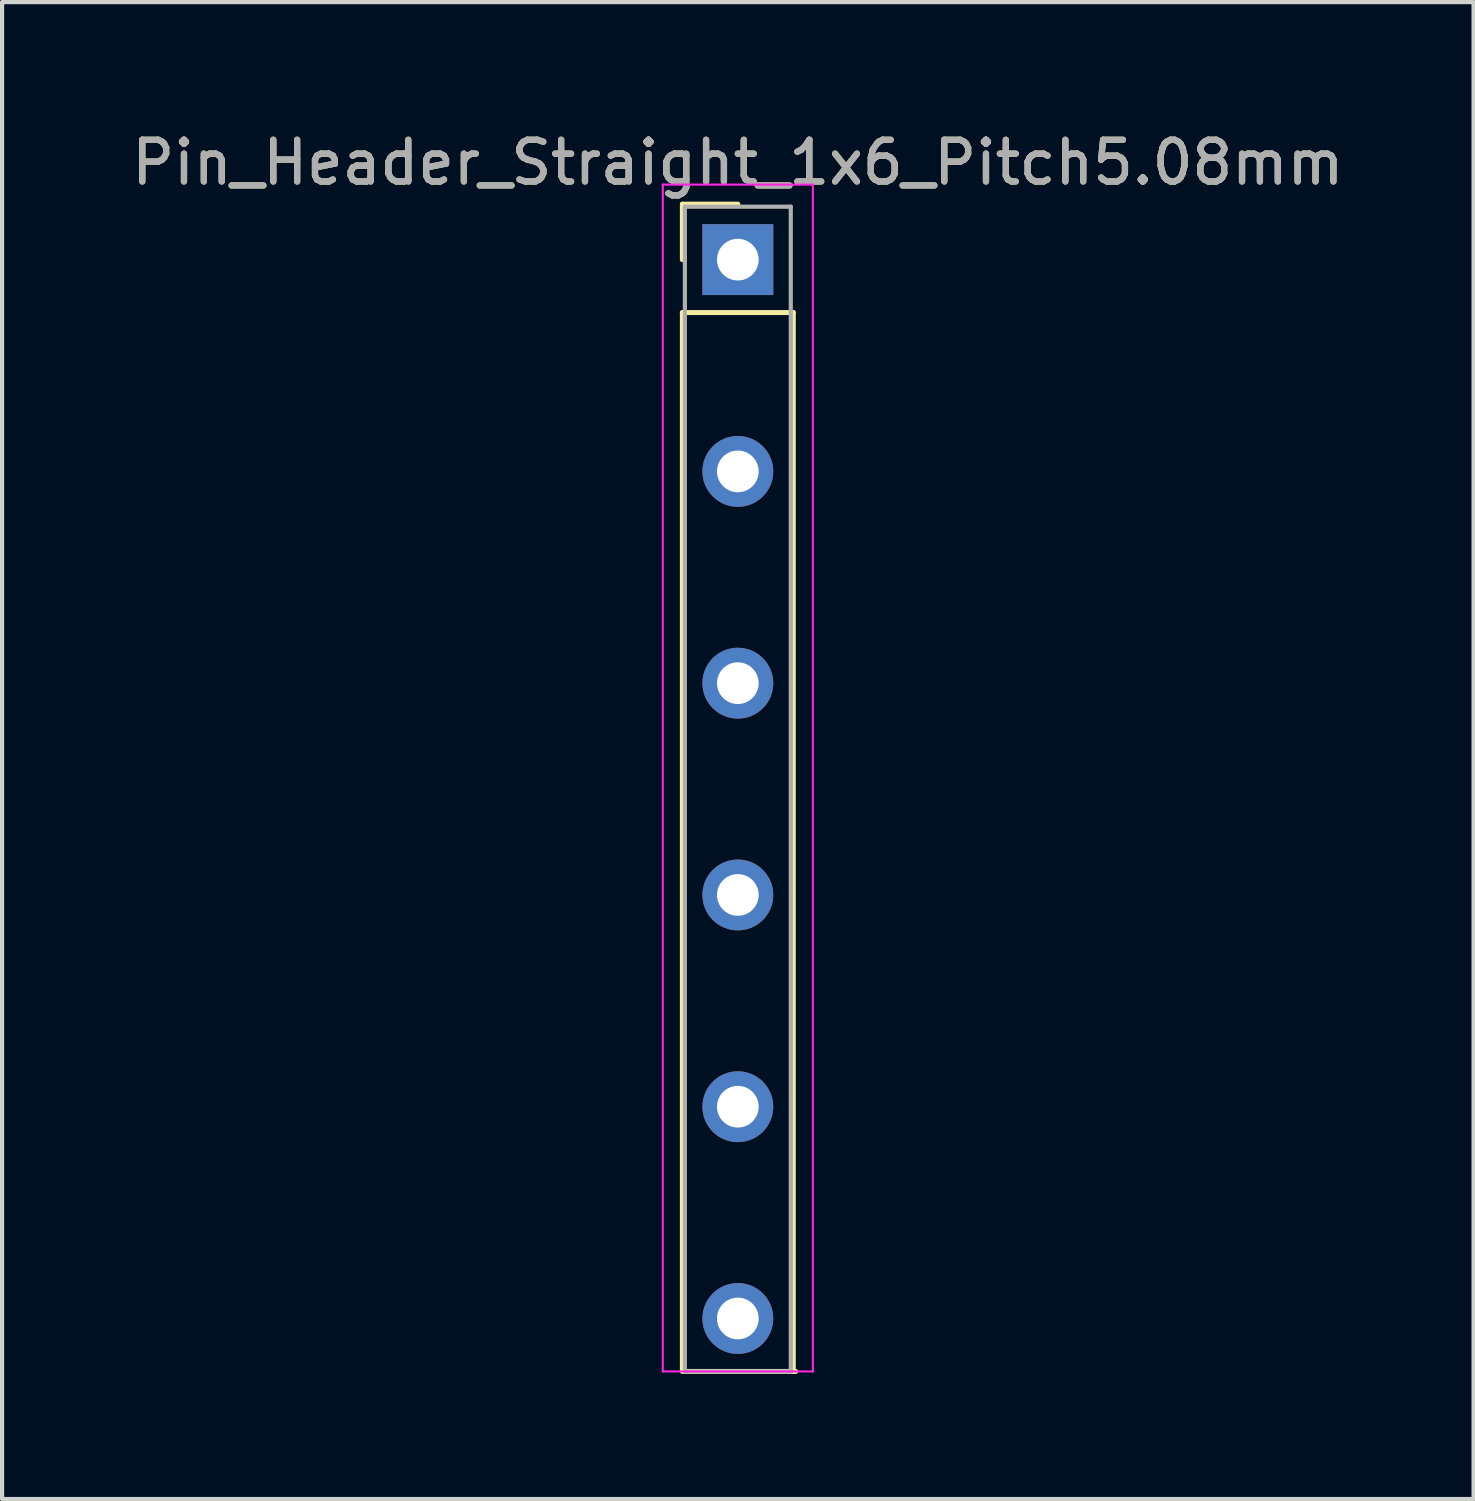
<source format=kicad_pcb>
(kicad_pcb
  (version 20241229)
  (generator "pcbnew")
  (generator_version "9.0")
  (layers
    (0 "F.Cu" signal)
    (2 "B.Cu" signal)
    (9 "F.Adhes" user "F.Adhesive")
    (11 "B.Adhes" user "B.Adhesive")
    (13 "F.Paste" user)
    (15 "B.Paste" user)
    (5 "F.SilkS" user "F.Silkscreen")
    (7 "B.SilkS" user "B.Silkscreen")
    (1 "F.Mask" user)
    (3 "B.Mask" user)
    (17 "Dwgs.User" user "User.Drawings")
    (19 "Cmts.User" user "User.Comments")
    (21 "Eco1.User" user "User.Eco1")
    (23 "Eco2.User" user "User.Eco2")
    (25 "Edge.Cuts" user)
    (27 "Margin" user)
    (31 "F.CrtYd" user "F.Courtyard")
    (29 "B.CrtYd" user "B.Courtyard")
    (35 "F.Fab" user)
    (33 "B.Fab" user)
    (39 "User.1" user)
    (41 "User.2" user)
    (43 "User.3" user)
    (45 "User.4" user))
  (footprint "Pin_Header_Straight_1x6_Pitch5.08mm"
    (layer "F.Cu")
    (at 14.649 3.178)
    (property "Reference" "Pin_Header_Straight_1x6_Pitch5.08mm" (at 0 -2.33 0) (layer "F.SilkS") (effects (font (size 1 1) (thickness 0.15))))
    (attr through_hole)
    (fp_line (start -1.33 -1.33) (end 0 -1.33) (stroke (width 0.12) (type solid)) (layer "F.SilkS"))
    (fp_line (start -1.33 0) (end -1.33 -1.33) (stroke (width 0.12) (type solid)) (layer "F.SilkS"))
    (fp_line (start -1.33 1.27) (end -1.33 26.67) (stroke (width 0.12) (type solid)) (layer "F.SilkS"))
    (fp_line (start -1.27 26.67) (end 1.39 26.67) (stroke (width 0.12) (type solid)) (layer "F.SilkS"))
    (fp_line (start 1.33 1.27) (end -1.33 1.27) (stroke (width 0.12) (type solid)) (layer "F.SilkS"))
    (fp_line (start 1.33 26.67) (end 1.33 1.27) (stroke (width 0.12) (type solid)) (layer "F.SilkS"))
    (fp_line (start -1.8 -1.8) (end -1.8 26.67) (stroke (width 0.05) (type solid)) (layer "F.CrtYd"))
    (fp_line (start -1.8 26.67) (end 1.8 26.67) (stroke (width 0.05) (type solid)) (layer "F.CrtYd"))
    (fp_line (start 1.8 -1.8) (end -1.8 -1.8) (stroke (width 0.05) (type solid)) (layer "F.CrtYd"))
    (fp_line (start 1.8 26.67) (end 1.8 -1.8) (stroke (width 0.05) (type solid)) (layer "F.CrtYd"))
    (fp_line (start -1.27 -1.27) (end -1.27 26.67) (stroke (width 0.1) (type solid)) (layer "F.Fab"))
    (fp_line (start -1.27 26.67) (end 1.27 26.67) (stroke (width 0.1) (type solid)) (layer "F.Fab"))
    (fp_line (start 1.27 -1.27) (end -1.27 -1.27) (stroke (width 0.1) (type solid)) (layer "F.Fab"))
    (fp_line (start 1.27 26.67) (end 1.27 -1.27) (stroke (width 0.1) (type solid)) (layer "F.Fab"))
    (fp_text user "${REFERENCE}" (at 0 -2.33 0) (layer "F.Fab") (effects (font (size 1 1) (thickness 0.15))))
    (pad "1" thru_hole rect (at 0 0) (size 1.7 1.7) (drill 1) (layers "*.Cu" "*.Mask"))
    (pad "2" thru_hole oval (at 0 5.08) (size 1.7 1.7) (drill 1) (layers "*.Cu" "*.Mask"))
    (pad "3" thru_hole oval (at 0 10.16) (size 1.7 1.7) (drill 1) (layers "*.Cu" "*.Mask"))
    (pad "4" thru_hole oval (at 0 15.24) (size 1.7 1.7) (drill 1) (layers "*.Cu" "*.Mask"))
    (pad "5" thru_hole oval (at 0 20.32) (size 1.7 1.7) (drill 1) (layers "*.Cu" "*.Mask"))
    (pad "6" thru_hole oval (at 0 25.4) (size 1.7 1.7) (drill 1) (layers "*.Cu" "*.Mask")))
  (gr_rect
    (start -3 -3)
    (end 32.298 32.908)
    (stroke (width 0.1) (type default))
    (fill no)
    (layer "Edge.Cuts")))
</source>
